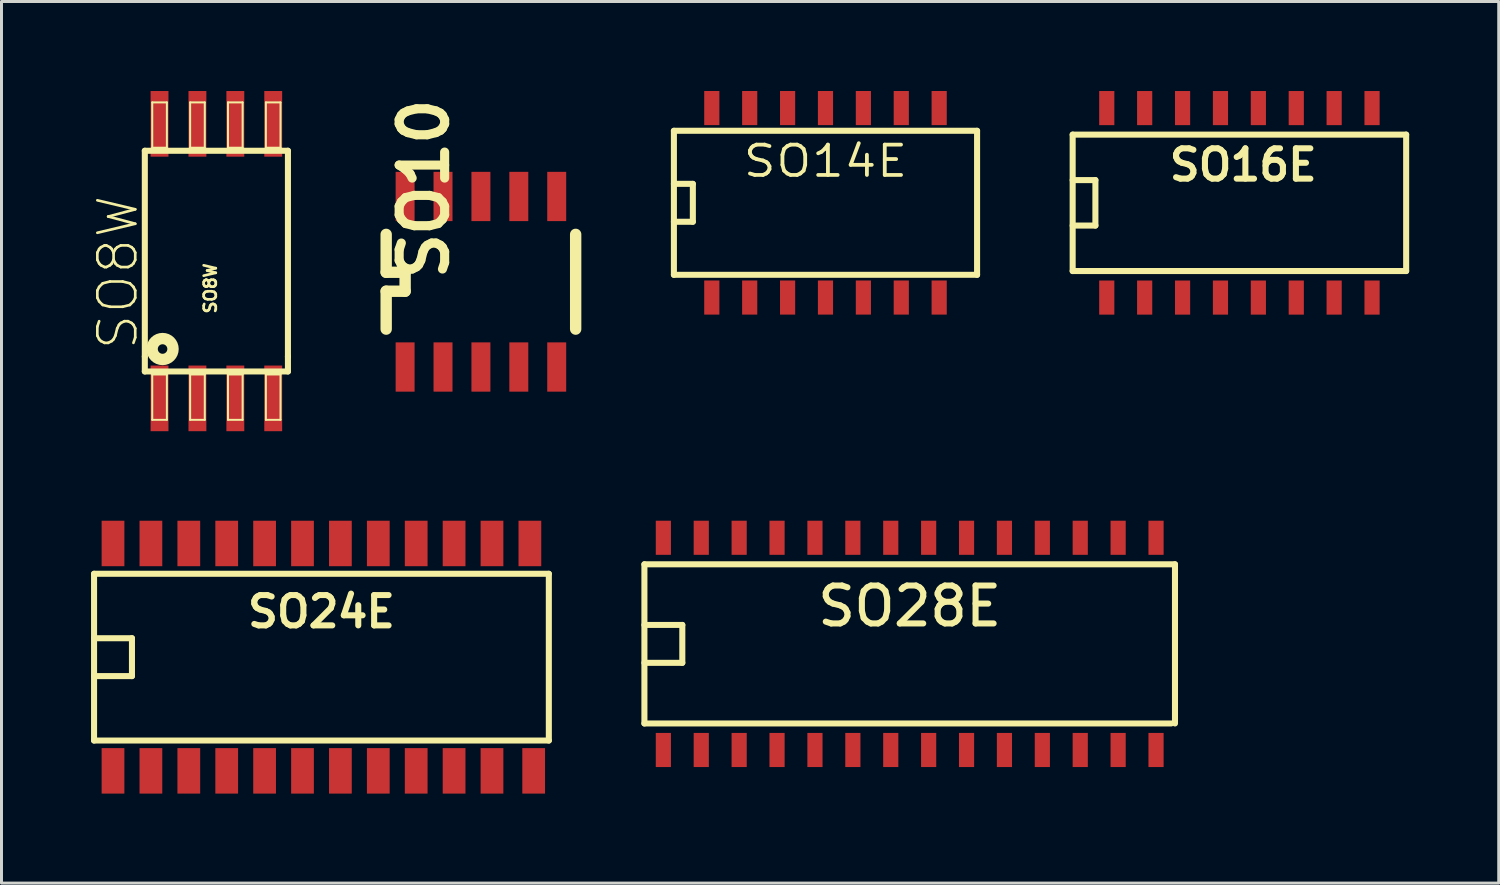
<source format=kicad_pcb>
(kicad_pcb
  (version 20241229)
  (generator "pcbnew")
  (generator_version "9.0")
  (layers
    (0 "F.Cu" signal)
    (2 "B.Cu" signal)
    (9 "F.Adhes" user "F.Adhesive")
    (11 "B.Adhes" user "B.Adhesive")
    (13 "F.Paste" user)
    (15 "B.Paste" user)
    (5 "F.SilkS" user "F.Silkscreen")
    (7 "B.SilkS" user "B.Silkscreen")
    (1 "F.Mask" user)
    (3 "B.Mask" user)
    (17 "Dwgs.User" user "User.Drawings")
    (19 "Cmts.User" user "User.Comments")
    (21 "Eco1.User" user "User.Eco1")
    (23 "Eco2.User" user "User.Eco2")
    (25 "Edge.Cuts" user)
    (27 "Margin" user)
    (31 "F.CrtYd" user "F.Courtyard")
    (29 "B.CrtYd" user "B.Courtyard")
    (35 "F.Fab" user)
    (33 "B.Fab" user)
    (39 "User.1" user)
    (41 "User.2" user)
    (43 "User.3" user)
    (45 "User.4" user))
  (footprint "SO16E"
    (layer "F.Cu")
    (at 38.484 3.747)
    (property "Reference" "SO16E" (at 0.127 -1.27 0) (layer "F.SilkS") (effects (font (size 1.016 1.016) (thickness 0.203))))
    (attr smd)
    (fp_line (start -5.588 -2.286) (end 5.588 -2.286) (stroke (width 0.203) (type solid)) (layer "F.SilkS"))
    (fp_line (start -5.588 -0.762) (end -4.826 -0.762) (stroke (width 0.203) (type solid)) (layer "F.SilkS"))
    (fp_line (start -5.588 2.286) (end -5.588 -2.286) (stroke (width 0.203) (type solid)) (layer "F.SilkS"))
    (fp_line (start -4.826 -0.762) (end -4.826 0.762) (stroke (width 0.203) (type solid)) (layer "F.SilkS"))
    (fp_line (start -4.826 0.762) (end -5.588 0.762) (stroke (width 0.203) (type solid)) (layer "F.SilkS"))
    (fp_line (start 5.588 -2.286) (end 5.588 2.286) (stroke (width 0.203) (type solid)) (layer "F.SilkS"))
    (fp_line (start 5.588 2.286) (end -5.588 2.286) (stroke (width 0.203) (type solid)) (layer "F.SilkS"))
    (pad "1" smd rect (at -4.445 3.175) (size 0.508 1.143) (layers "F.Cu" "F.Mask" "F.Paste"))
    (pad "2" smd rect (at -3.175 3.175) (size 0.508 1.143) (layers "F.Cu" "F.Mask" "F.Paste"))
    (pad "3" smd rect (at -1.905 3.175) (size 0.508 1.143) (layers "F.Cu" "F.Mask" "F.Paste"))
    (pad "4" smd rect (at -0.635 3.175) (size 0.508 1.143) (layers "F.Cu" "F.Mask" "F.Paste"))
    (pad "5" smd rect (at 0.635 3.175) (size 0.508 1.143) (layers "F.Cu" "F.Mask" "F.Paste"))
    (pad "6" smd rect (at 1.905 3.175) (size 0.508 1.143) (layers "F.Cu" "F.Mask" "F.Paste"))
    (pad "7" smd rect (at 3.175 3.175) (size 0.508 1.143) (layers "F.Cu" "F.Mask" "F.Paste"))
    (pad "8" smd rect (at 4.445 3.175) (size 0.508 1.143) (layers "F.Cu" "F.Mask" "F.Paste"))
    (pad "9" smd rect (at 4.445 -3.175) (size 0.508 1.143) (layers "F.Cu" "F.Mask" "F.Paste"))
    (pad "10" smd rect (at 3.175 -3.175) (size 0.508 1.143) (layers "F.Cu" "F.Mask" "F.Paste"))
    (pad "11" smd rect (at 1.905 -3.175) (size 0.508 1.143) (layers "F.Cu" "F.Mask" "F.Paste"))
    (pad "12" smd rect (at 0.635 -3.175) (size 0.508 1.143) (layers "F.Cu" "F.Mask" "F.Paste"))
    (pad "13" smd rect (at -0.635 -3.175) (size 0.508 1.143) (layers "F.Cu" "F.Mask" "F.Paste"))
    (pad "14" smd rect (at -1.905 -3.175) (size 0.508 1.143) (layers "F.Cu" "F.Mask" "F.Paste"))
    (pad "15" smd rect (at -3.175 -3.175) (size 0.508 1.143) (layers "F.Cu" "F.Mask" "F.Paste"))
    (pad "16" smd rect (at -4.445 -3.175) (size 0.508 1.143) (layers "F.Cu" "F.Mask" "F.Paste")))
  (footprint "SO10"
    (layer "F.Cu")
    (at 13.066 6.455)
    (property "Reference" "SO10" (at -1.905 -3.175 90) (layer "F.SilkS") (effects (font (size 1.524 1.524) (thickness 0.305))))
    (attr through_hole)
    (fp_line (start -3.175 -1.651) (end -3.175 -0.381) (stroke (width 0.381) (type solid)) (layer "F.SilkS"))
    (fp_line (start -3.175 -0.381) (end -2.54 -0.381) (stroke (width 0.381) (type solid)) (layer "F.SilkS"))
    (fp_line (start -3.175 0.254) (end -3.175 1.524) (stroke (width 0.381) (type solid)) (layer "F.SilkS"))
    (fp_line (start -2.54 -0.381) (end -2.54 0.254) (stroke (width 0.381) (type solid)) (layer "F.SilkS"))
    (fp_line (start -2.54 0.254) (end -3.175 0.254) (stroke (width 0.381) (type solid)) (layer "F.SilkS"))
    (fp_line (start 3.175 -1.651) (end 3.175 1.524) (stroke (width 0.381) (type solid)) (layer "F.SilkS"))
    (pad "1" smd rect (at -2.54 2.794) (size 0.635 1.651) (layers "F.Cu" "F.Mask" "F.Paste"))
    (pad "2" smd rect (at -1.27 2.794) (size 0.635 1.651) (layers "F.Cu" "F.Mask" "F.Paste"))
    (pad "3" smd rect (at 0 2.794) (size 0.635 1.651) (layers "F.Cu" "F.Mask" "F.Paste"))
    (pad "4" smd rect (at 1.27 2.794) (size 0.635 1.651) (layers "F.Cu" "F.Mask" "F.Paste"))
    (pad "5" smd rect (at 2.54 2.794) (size 0.635 1.651) (layers "F.Cu" "F.Mask" "F.Paste"))
    (pad "6" smd rect (at 2.54 -2.921) (size 0.635 1.651) (layers "F.Cu" "F.Mask" "F.Paste"))
    (pad "7" smd rect (at 1.27 -2.921) (size 0.635 1.651) (layers "F.Cu" "F.Mask" "F.Paste"))
    (pad "8" smd rect (at 0 -2.921) (size 0.635 1.651) (layers "F.Cu" "F.Mask" "F.Paste"))
    (pad "9" smd rect (at -1.27 -2.921) (size 0.635 1.651) (layers "F.Cu" "F.Mask" "F.Paste"))
    (pad "10" smd rect (at -2.54 -2.921) (size 0.635 1.651) (layers "F.Cu" "F.Mask" "F.Paste")))
  (footprint "SO24E"
    (layer "F.Cu")
    (at 7.722 18.972)
    (property "Reference" "SO24E" (at 0 -1.524 0) (layer "F.SilkS") (effects (font (size 1.016 1.016) (thickness 0.203))))
    (attr smd)
    (fp_line (start -7.62 -2.794) (end -7.62 2.794) (stroke (width 0.203) (type solid)) (layer "F.SilkS"))
    (fp_line (start -7.62 -0.635) (end -6.35 -0.635) (stroke (width 0.203) (type solid)) (layer "F.SilkS"))
    (fp_line (start -7.62 2.794) (end 7.62 2.794) (stroke (width 0.203) (type solid)) (layer "F.SilkS"))
    (fp_line (start -6.35 -0.635) (end -6.35 0.635) (stroke (width 0.203) (type solid)) (layer "F.SilkS"))
    (fp_line (start -6.35 0.635) (end -7.62 0.635) (stroke (width 0.203) (type solid)) (layer "F.SilkS"))
    (fp_line (start 7.62 -2.794) (end -7.62 -2.794) (stroke (width 0.203) (type solid)) (layer "F.SilkS"))
    (fp_line (start 7.62 -2.794) (end 7.62 2.794) (stroke (width 0.203) (type solid)) (layer "F.SilkS"))
    (pad "1" smd rect (at -6.985 3.81) (size 0.762 1.524) (layers "F.Cu" "F.Mask" "F.Paste"))
    (pad "2" smd rect (at -5.715 3.81) (size 0.762 1.524) (layers "F.Cu" "F.Mask" "F.Paste"))
    (pad "3" smd rect (at -4.445 3.81) (size 0.762 1.524) (layers "F.Cu" "F.Mask" "F.Paste"))
    (pad "4" smd rect (at -3.175 3.81) (size 0.762 1.524) (layers "F.Cu" "F.Mask" "F.Paste"))
    (pad "5" smd rect (at -1.905 3.81) (size 0.762 1.524) (layers "F.Cu" "F.Mask" "F.Paste"))
    (pad "6" smd rect (at -0.635 3.81) (size 0.762 1.524) (layers "F.Cu" "F.Mask" "F.Paste"))
    (pad "7" smd rect (at 0.635 3.81) (size 0.762 1.524) (layers "F.Cu" "F.Mask" "F.Paste"))
    (pad "8" smd rect (at 1.905 3.81) (size 0.762 1.524) (layers "F.Cu" "F.Mask" "F.Paste"))
    (pad "9" smd rect (at 3.175 3.81) (size 0.762 1.524) (layers "F.Cu" "F.Mask" "F.Paste"))
    (pad "10" smd rect (at 4.445 3.81) (size 0.762 1.524) (layers "F.Cu" "F.Mask" "F.Paste"))
    (pad "11" smd rect (at 5.715 3.81) (size 0.762 1.524) (layers "F.Cu" "F.Mask" "F.Paste"))
    (pad "12" smd rect (at 7.112 3.81) (size 0.762 1.524) (layers "F.Cu" "F.Mask" "F.Paste"))
    (pad "13" smd rect (at 6.985 -3.81) (size 0.762 1.524) (layers "F.Cu" "F.Mask" "F.Paste"))
    (pad "14" smd rect (at 5.715 -3.81) (size 0.762 1.524) (layers "F.Cu" "F.Mask" "F.Paste"))
    (pad "15" smd rect (at 4.445 -3.81) (size 0.762 1.524) (layers "F.Cu" "F.Mask" "F.Paste"))
    (pad "16" smd rect (at 3.175 -3.81) (size 0.762 1.524) (layers "F.Cu" "F.Mask" "F.Paste"))
    (pad "17" smd rect (at 1.905 -3.81) (size 0.762 1.524) (layers "F.Cu" "F.Mask" "F.Paste"))
    (pad "18" smd rect (at 0.635 -3.81) (size 0.762 1.524) (layers "F.Cu" "F.Mask" "F.Paste"))
    (pad "19" smd rect (at -0.635 -3.81) (size 0.762 1.524) (layers "F.Cu" "F.Mask" "F.Paste"))
    (pad "20" smd rect (at -1.905 -3.81) (size 0.762 1.524) (layers "F.Cu" "F.Mask" "F.Paste"))
    (pad "21" smd rect (at -3.175 -3.81) (size 0.762 1.524) (layers "F.Cu" "F.Mask" "F.Paste"))
    (pad "22" smd rect (at -4.445 -3.81) (size 0.762 1.524) (layers "F.Cu" "F.Mask" "F.Paste"))
    (pad "23" smd rect (at -5.715 -3.81) (size 0.762 1.524) (layers "F.Cu" "F.Mask" "F.Paste"))
    (pad "24" smd rect (at -6.985 -3.81) (size 0.762 1.524) (layers "F.Cu" "F.Mask" "F.Paste")))
  (footprint "SO28E"
    (layer "F.Cu")
    (at 27.435 18.527)
    (property "Reference" "SO28E" (at 0 -1.262 0) (layer "F.SilkS") (effects (font (size 1.27 1.27) (thickness 0.203))))
    (attr smd)
    (fp_line (start -8.89 -2.667) (end -8.89 2.667) (stroke (width 0.203) (type solid)) (layer "F.SilkS"))
    (fp_line (start -8.89 -2.667) (end 8.89 -2.667) (stroke (width 0.203) (type solid)) (layer "F.SilkS"))
    (fp_line (start -8.89 -0.635) (end -7.62 -0.635) (stroke (width 0.203) (type solid)) (layer "F.SilkS"))
    (fp_line (start -7.62 -0.635) (end -7.62 0.635) (stroke (width 0.203) (type solid)) (layer "F.SilkS"))
    (fp_line (start -7.62 0.635) (end -8.89 0.635) (stroke (width 0.203) (type solid)) (layer "F.SilkS"))
    (fp_line (start 8.763 2.667) (end -8.89 2.667) (stroke (width 0.203) (type solid)) (layer "F.SilkS"))
    (fp_line (start 8.89 2.667) (end 8.89 -2.667) (stroke (width 0.203) (type solid)) (layer "F.SilkS"))
    (pad "1" smd rect (at -8.255 3.556) (size 0.508 1.143) (layers "F.Cu" "F.Mask" "F.Paste"))
    (pad "2" smd rect (at -6.985 3.556) (size 0.508 1.143) (layers "F.Cu" "F.Mask" "F.Paste"))
    (pad "3" smd rect (at -5.715 3.556) (size 0.508 1.143) (layers "F.Cu" "F.Mask" "F.Paste"))
    (pad "4" smd rect (at -4.445 3.556) (size 0.508 1.143) (layers "F.Cu" "F.Mask" "F.Paste"))
    (pad "5" smd rect (at -3.175 3.556) (size 0.508 1.143) (layers "F.Cu" "F.Mask" "F.Paste"))
    (pad "6" smd rect (at -1.905 3.556) (size 0.508 1.143) (layers "F.Cu" "F.Mask" "F.Paste"))
    (pad "7" smd rect (at -0.635 3.556) (size 0.508 1.143) (layers "F.Cu" "F.Mask" "F.Paste"))
    (pad "8" smd rect (at 0.635 3.556) (size 0.508 1.143) (layers "F.Cu" "F.Mask" "F.Paste"))
    (pad "9" smd rect (at 1.905 3.556) (size 0.508 1.143) (layers "F.Cu" "F.Mask" "F.Paste"))
    (pad "10" smd rect (at 3.175 3.556) (size 0.508 1.143) (layers "F.Cu" "F.Mask" "F.Paste"))
    (pad "11" smd rect (at 4.445 3.556) (size 0.508 1.143) (layers "F.Cu" "F.Mask" "F.Paste"))
    (pad "12" smd rect (at 5.715 3.556) (size 0.508 1.143) (layers "F.Cu" "F.Mask" "F.Paste"))
    (pad "13" smd rect (at 6.985 3.556) (size 0.508 1.143) (layers "F.Cu" "F.Mask" "F.Paste"))
    (pad "14" smd rect (at 8.255 3.556) (size 0.508 1.143) (layers "F.Cu" "F.Mask" "F.Paste"))
    (pad "15" smd rect (at 8.255 -3.556) (size 0.508 1.143) (layers "F.Cu" "F.Mask" "F.Paste"))
    (pad "16" smd rect (at 6.985 -3.556) (size 0.508 1.143) (layers "F.Cu" "F.Mask" "F.Paste"))
    (pad "17" smd rect (at 5.715 -3.556) (size 0.508 1.143) (layers "F.Cu" "F.Mask" "F.Paste"))
    (pad "18" smd rect (at 4.445 -3.556) (size 0.508 1.143) (layers "F.Cu" "F.Mask" "F.Paste"))
    (pad "19" smd rect (at 3.175 -3.556) (size 0.508 1.143) (layers "F.Cu" "F.Mask" "F.Paste"))
    (pad "20" smd rect (at 1.905 -3.556) (size 0.508 1.143) (layers "F.Cu" "F.Mask" "F.Paste"))
    (pad "21" smd rect (at 0.635 -3.556) (size 0.508 1.143) (layers "F.Cu" "F.Mask" "F.Paste"))
    (pad "22" smd rect (at -0.635 -3.556) (size 0.508 1.143) (layers "F.Cu" "F.Mask" "F.Paste"))
    (pad "23" smd rect (at -1.905 -3.556) (size 0.508 1.143) (layers "F.Cu" "F.Mask" "F.Paste"))
    (pad "24" smd rect (at -3.175 -3.556) (size 0.508 1.143) (layers "F.Cu" "F.Mask" "F.Paste"))
    (pad "25" smd rect (at -4.445 -3.556) (size 0.508 1.143) (layers "F.Cu" "F.Mask" "F.Paste"))
    (pad "26" smd rect (at -5.715 -3.556) (size 0.508 1.143) (layers "F.Cu" "F.Mask" "F.Paste"))
    (pad "27" smd rect (at -6.985 -3.556) (size 0.508 1.143) (layers "F.Cu" "F.Mask" "F.Paste"))
    (pad "28" smd rect (at -8.255 -3.556) (size 0.508 1.143) (layers "F.Cu" "F.Mask" "F.Paste")))
  (footprint "SO8W"
    (layer "F.Cu")
    (at 4.201 5.7)
    (property "Reference" "SO8W" (at -3.302 0.381 90) (layer "F.SilkS") (effects (font (size 1.27 1.27) (thickness 0.089))))
    (attr smd)
    (fp_line (start -2.398 -3.698) (end 2.398 -3.698) (stroke (width 0.203) (type solid)) (layer "F.SilkS"))
    (fp_line (start -2.398 3.198) (end -2.398 -3.698) (stroke (width 0.203) (type solid)) (layer "F.SilkS"))
    (fp_line (start -2.398 3.698) (end -2.398 3.198) (stroke (width 0.203) (type solid)) (layer "F.SilkS"))
    (fp_line (start -2.149 -5.319) (end -1.659 -5.319) (stroke (width 0.066) (type solid)) (layer "F.SilkS"))
    (fp_line (start -2.149 -3.8) (end -2.149 -5.319) (stroke (width 0.066) (type solid)) (layer "F.SilkS"))
    (fp_line (start -2.149 -3.8) (end -1.659 -3.8) (stroke (width 0.066) (type solid)) (layer "F.SilkS"))
    (fp_line (start -2.149 3.8) (end -1.659 3.8) (stroke (width 0.066) (type solid)) (layer "F.SilkS"))
    (fp_line (start -2.149 5.319) (end -2.149 3.8) (stroke (width 0.066) (type solid)) (layer "F.SilkS"))
    (fp_line (start -2.149 5.319) (end -1.659 5.319) (stroke (width 0.066) (type solid)) (layer "F.SilkS"))
    (fp_line (start -1.659 -3.8) (end -1.659 -5.319) (stroke (width 0.066) (type solid)) (layer "F.SilkS"))
    (fp_line (start -1.659 5.319) (end -1.659 3.8) (stroke (width 0.066) (type solid)) (layer "F.SilkS"))
    (fp_line (start -0.879 -5.319) (end -0.389 -5.319) (stroke (width 0.066) (type solid)) (layer "F.SilkS"))
    (fp_line (start -0.879 -3.8) (end -0.879 -5.319) (stroke (width 0.066) (type solid)) (layer "F.SilkS"))
    (fp_line (start -0.879 -3.8) (end -0.389 -3.8) (stroke (width 0.066) (type solid)) (layer "F.SilkS"))
    (fp_line (start -0.879 3.8) (end -0.389 3.8) (stroke (width 0.066) (type solid)) (layer "F.SilkS"))
    (fp_line (start -0.879 5.319) (end -0.879 3.8) (stroke (width 0.066) (type solid)) (layer "F.SilkS"))
    (fp_line (start -0.879 5.319) (end -0.389 5.319) (stroke (width 0.066) (type solid)) (layer "F.SilkS"))
    (fp_line (start -0.389 -3.8) (end -0.389 -5.319) (stroke (width 0.066) (type solid)) (layer "F.SilkS"))
    (fp_line (start -0.389 5.319) (end -0.389 3.8) (stroke (width 0.066) (type solid)) (layer "F.SilkS"))
    (fp_line (start 0.389 -5.319) (end 0.879 -5.319) (stroke (width 0.066) (type solid)) (layer "F.SilkS"))
    (fp_line (start 0.389 -3.8) (end 0.389 -5.319) (stroke (width 0.066) (type solid)) (layer "F.SilkS"))
    (fp_line (start 0.389 -3.8) (end 0.879 -3.8) (stroke (width 0.066) (type solid)) (layer "F.SilkS"))
    (fp_line (start 0.389 3.8) (end 0.879 3.8) (stroke (width 0.066) (type solid)) (layer "F.SilkS"))
    (fp_line (start 0.389 5.319) (end 0.389 3.8) (stroke (width 0.066) (type solid)) (layer "F.SilkS"))
    (fp_line (start 0.389 5.319) (end 0.879 5.319) (stroke (width 0.066) (type solid)) (layer "F.SilkS"))
    (fp_line (start 0.879 -3.8) (end 0.879 -5.319) (stroke (width 0.066) (type solid)) (layer "F.SilkS"))
    (fp_line (start 0.879 5.319) (end 0.879 3.8) (stroke (width 0.066) (type solid)) (layer "F.SilkS"))
    (fp_line (start 1.659 -5.319) (end 2.149 -5.319) (stroke (width 0.066) (type solid)) (layer "F.SilkS"))
    (fp_line (start 1.659 -3.8) (end 1.659 -5.319) (stroke (width 0.066) (type solid)) (layer "F.SilkS"))
    (fp_line (start 1.659 -3.8) (end 2.149 -3.8) (stroke (width 0.066) (type solid)) (layer "F.SilkS"))
    (fp_line (start 1.659 3.8) (end 2.149 3.8) (stroke (width 0.066) (type solid)) (layer "F.SilkS"))
    (fp_line (start 1.659 5.319) (end 1.659 3.8) (stroke (width 0.066) (type solid)) (layer "F.SilkS"))
    (fp_line (start 1.659 5.319) (end 2.149 5.319) (stroke (width 0.066) (type solid)) (layer "F.SilkS"))
    (fp_line (start 2.149 -3.8) (end 2.149 -5.319) (stroke (width 0.066) (type solid)) (layer "F.SilkS"))
    (fp_line (start 2.149 5.319) (end 2.149 3.8) (stroke (width 0.066) (type solid)) (layer "F.SilkS"))
    (fp_line (start 2.398 -3.698) (end 2.398 3.198) (stroke (width 0.203) (type solid)) (layer "F.SilkS"))
    (fp_line (start 2.398 3.198) (end 2.398 3.698) (stroke (width 0.203) (type solid)) (layer "F.SilkS"))
    (fp_line (start 2.398 3.698) (end -2.398 3.698) (stroke (width 0.203) (type solid)) (layer "F.SilkS"))
    (fp_circle (center -1.803 2.946) (end -1.651 2.896) (stroke (width 0.381) (type solid)) (fill no) (layer "F.SilkS"))
    (fp_text user "SO8W" (at -0.203 0.914 90) (layer "F.SilkS") (effects (font (size 0.406 0.406) (thickness 0.089))))
    (pad "1" smd rect (at -1.905 4.6) (size 0.599 2.2) (layers "F.Cu" "F.Mask" "F.Paste"))
    (pad "2" smd rect (at -0.635 4.6) (size 0.599 2.2) (layers "F.Cu" "F.Mask" "F.Paste"))
    (pad "3" smd rect (at 0.635 4.6) (size 0.599 2.2) (layers "F.Cu" "F.Mask" "F.Paste"))
    (pad "4" smd rect (at 1.905 4.6) (size 0.599 2.2) (layers "F.Cu" "F.Mask" "F.Paste"))
    (pad "5" smd rect (at 1.905 -4.6) (size 0.599 2.2) (layers "F.Cu" "F.Mask" "F.Paste"))
    (pad "6" smd rect (at 0.635 -4.6) (size 0.599 2.2) (layers "F.Cu" "F.Mask" "F.Paste"))
    (pad "7" smd rect (at -0.635 -4.6) (size 0.599 2.2) (layers "F.Cu" "F.Mask" "F.Paste"))
    (pad "8" smd rect (at -1.905 -4.6) (size 0.599 2.2) (layers "F.Cu" "F.Mask" "F.Paste")))
  (footprint "SO14E"
    (layer "F.Cu")
    (at 24.613 3.619)
    (property "Reference" "SO14E" (at 0 -1.27 0) (layer "F.SilkS") (effects (font (size 1.016 1.143) (thickness 0.127))))
    (attr smd)
    (fp_line (start -5.08 -2.286) (end 5.08 -2.286) (stroke (width 0.203) (type solid)) (layer "F.SilkS"))
    (fp_line (start -5.08 -0.508) (end -4.445 -0.508) (stroke (width 0.203) (type solid)) (layer "F.SilkS"))
    (fp_line (start -5.08 2.54) (end -5.08 -2.286) (stroke (width 0.203) (type solid)) (layer "F.SilkS"))
    (fp_line (start -4.445 -0.508) (end -4.445 0.762) (stroke (width 0.203) (type solid)) (layer "F.SilkS"))
    (fp_line (start -4.445 0.762) (end -5.08 0.762) (stroke (width 0.203) (type solid)) (layer "F.SilkS"))
    (fp_line (start 5.08 -2.286) (end 5.08 2.54) (stroke (width 0.203) (type solid)) (layer "F.SilkS"))
    (fp_line (start 5.08 2.54) (end -5.08 2.54) (stroke (width 0.203) (type solid)) (layer "F.SilkS"))
    (pad "1" smd rect (at -3.81 3.302) (size 0.508 1.143) (layers "F.Cu" "F.Mask" "F.Paste"))
    (pad "2" smd rect (at -2.54 3.302) (size 0.508 1.143) (layers "F.Cu" "F.Mask" "F.Paste"))
    (pad "3" smd rect (at -1.27 3.302) (size 0.508 1.143) (layers "F.Cu" "F.Mask" "F.Paste"))
    (pad "4" smd rect (at 0 3.302) (size 0.508 1.143) (layers "F.Cu" "F.Mask" "F.Paste"))
    (pad "5" smd rect (at 1.27 3.302) (size 0.508 1.143) (layers "F.Cu" "F.Mask" "F.Paste"))
    (pad "6" smd rect (at 2.54 3.302) (size 0.508 1.143) (layers "F.Cu" "F.Mask" "F.Paste"))
    (pad "7" smd rect (at 3.81 3.302) (size 0.508 1.143) (layers "F.Cu" "F.Mask" "F.Paste"))
    (pad "8" smd rect (at 3.81 -3.048) (size 0.508 1.143) (layers "F.Cu" "F.Mask" "F.Paste"))
    (pad "9" smd rect (at 2.54 -3.048) (size 0.508 1.143) (layers "F.Cu" "F.Mask" "F.Paste"))
    (pad "10" smd rect (at 1.27 -3.048) (size 0.508 1.143) (layers "F.Cu" "F.Mask" "F.Paste"))
    (pad "11" smd rect (at 0 -3.048) (size 0.508 1.143) (layers "F.Cu" "F.Mask" "F.Paste"))
    (pad "12" smd rect (at -1.27 -3.048) (size 0.508 1.143) (layers "F.Cu" "F.Mask" "F.Paste"))
    (pad "13" smd rect (at -2.54 -3.048) (size 0.508 1.143) (layers "F.Cu" "F.Mask" "F.Paste"))
    (pad "14" smd rect (at -3.81 -3.048) (size 0.508 1.143) (layers "F.Cu" "F.Mask" "F.Paste")))
  (gr_rect
    (start -3 -3)
    (end 47.174 26.544)
    (stroke (width 0.1) (type default))
    (fill no)
    (layer "Edge.Cuts")))
</source>
